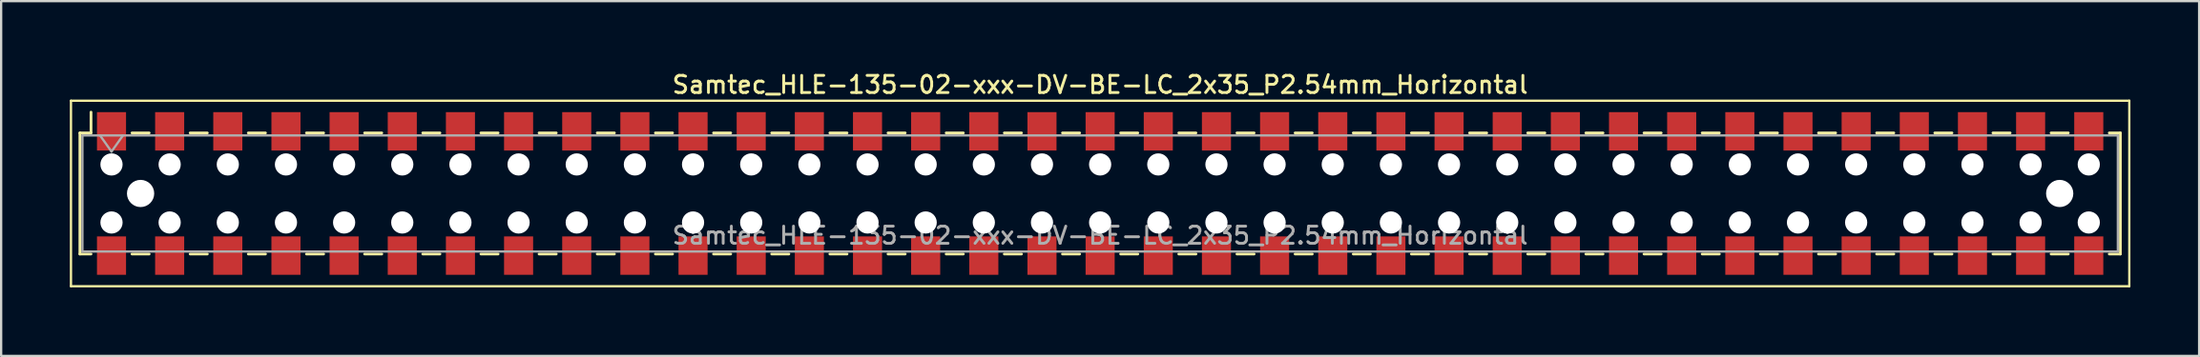
<source format=kicad_pcb>
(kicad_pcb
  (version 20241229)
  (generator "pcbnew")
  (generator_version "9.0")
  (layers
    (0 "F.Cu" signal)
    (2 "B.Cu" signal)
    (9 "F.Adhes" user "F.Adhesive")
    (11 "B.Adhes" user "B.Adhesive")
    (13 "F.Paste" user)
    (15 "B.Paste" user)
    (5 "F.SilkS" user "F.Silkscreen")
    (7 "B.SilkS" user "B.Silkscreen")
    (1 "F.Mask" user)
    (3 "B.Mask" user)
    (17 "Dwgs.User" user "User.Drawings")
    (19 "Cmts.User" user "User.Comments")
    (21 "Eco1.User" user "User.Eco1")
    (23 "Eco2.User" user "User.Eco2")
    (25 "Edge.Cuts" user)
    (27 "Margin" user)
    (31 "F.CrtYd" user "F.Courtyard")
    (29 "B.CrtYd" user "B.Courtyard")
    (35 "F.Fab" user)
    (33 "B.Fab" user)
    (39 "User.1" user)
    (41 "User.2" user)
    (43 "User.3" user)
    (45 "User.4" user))
  (footprint "Samtec_HLE-135-02-xxx-DV-BE-LC_2x35_P2.54mm_Horizontal"
    (layer "F.Cu")
    (at 45 5.418)
    (property "Reference" "Samtec_HLE-135-02-xxx-DV-BE-LC_2x35_P2.54mm_Horizontal" (at 0 -4.76 0) (layer "F.SilkS") (effects (font (size 0.75 0.75) (thickness 0.125))))
    (attr smd)
    (fp_line (start -44.95 -4.06) (end 44.95 -4.06) (stroke (width 0.1) (type solid)) (layer "F.SilkS"))
    (fp_line (start -44.95 4.06) (end -44.95 -4.06) (stroke (width 0.1) (type solid)) (layer "F.SilkS"))
    (fp_line (start -44.56 -2.65) (end -44.56 2.65) (stroke (width 0.12) (type solid)) (layer "F.SilkS"))
    (fp_line (start -44.56 2.65) (end -44.075 2.65) (stroke (width 0.12) (type solid)) (layer "F.SilkS"))
    (fp_line (start -44.075 -3.56) (end -44.075 -2.65) (stroke (width 0.12) (type solid)) (layer "F.SilkS"))
    (fp_line (start -44.075 -2.65) (end -44.56 -2.65) (stroke (width 0.12) (type solid)) (layer "F.SilkS"))
    (fp_line (start -42.285 -2.65) (end -41.535 -2.65) (stroke (width 0.12) (type solid)) (layer "F.SilkS"))
    (fp_line (start -42.285 2.65) (end -41.535 2.65) (stroke (width 0.12) (type solid)) (layer "F.SilkS"))
    (fp_line (start -39.745 -2.65) (end -38.995 -2.65) (stroke (width 0.12) (type solid)) (layer "F.SilkS"))
    (fp_line (start -39.745 2.65) (end -38.995 2.65) (stroke (width 0.12) (type solid)) (layer "F.SilkS"))
    (fp_line (start -37.205 -2.65) (end -36.455 -2.65) (stroke (width 0.12) (type solid)) (layer "F.SilkS"))
    (fp_line (start -37.205 2.65) (end -36.455 2.65) (stroke (width 0.12) (type solid)) (layer "F.SilkS"))
    (fp_line (start -34.665 -2.65) (end -33.915 -2.65) (stroke (width 0.12) (type solid)) (layer "F.SilkS"))
    (fp_line (start -34.665 2.65) (end -33.915 2.65) (stroke (width 0.12) (type solid)) (layer "F.SilkS"))
    (fp_line (start -32.125 -2.65) (end -31.375 -2.65) (stroke (width 0.12) (type solid)) (layer "F.SilkS"))
    (fp_line (start -32.125 2.65) (end -31.375 2.65) (stroke (width 0.12) (type solid)) (layer "F.SilkS"))
    (fp_line (start -29.585 -2.65) (end -28.835 -2.65) (stroke (width 0.12) (type solid)) (layer "F.SilkS"))
    (fp_line (start -29.585 2.65) (end -28.835 2.65) (stroke (width 0.12) (type solid)) (layer "F.SilkS"))
    (fp_line (start -27.045 -2.65) (end -26.295 -2.65) (stroke (width 0.12) (type solid)) (layer "F.SilkS"))
    (fp_line (start -27.045 2.65) (end -26.295 2.65) (stroke (width 0.12) (type solid)) (layer "F.SilkS"))
    (fp_line (start -24.505 -2.65) (end -23.755 -2.65) (stroke (width 0.12) (type solid)) (layer "F.SilkS"))
    (fp_line (start -24.505 2.65) (end -23.755 2.65) (stroke (width 0.12) (type solid)) (layer "F.SilkS"))
    (fp_line (start -21.965 -2.65) (end -21.215 -2.65) (stroke (width 0.12) (type solid)) (layer "F.SilkS"))
    (fp_line (start -21.965 2.65) (end -21.215 2.65) (stroke (width 0.12) (type solid)) (layer "F.SilkS"))
    (fp_line (start -19.425 -2.65) (end -18.675 -2.65) (stroke (width 0.12) (type solid)) (layer "F.SilkS"))
    (fp_line (start -19.425 2.65) (end -18.675 2.65) (stroke (width 0.12) (type solid)) (layer "F.SilkS"))
    (fp_line (start -16.885 -2.65) (end -16.135 -2.65) (stroke (width 0.12) (type solid)) (layer "F.SilkS"))
    (fp_line (start -16.885 2.65) (end -16.135 2.65) (stroke (width 0.12) (type solid)) (layer "F.SilkS"))
    (fp_line (start -14.345 -2.65) (end -13.595 -2.65) (stroke (width 0.12) (type solid)) (layer "F.SilkS"))
    (fp_line (start -14.345 2.65) (end -13.595 2.65) (stroke (width 0.12) (type solid)) (layer "F.SilkS"))
    (fp_line (start -11.805 -2.65) (end -11.055 -2.65) (stroke (width 0.12) (type solid)) (layer "F.SilkS"))
    (fp_line (start -11.805 2.65) (end -11.055 2.65) (stroke (width 0.12) (type solid)) (layer "F.SilkS"))
    (fp_line (start -9.265 -2.65) (end -8.515 -2.65) (stroke (width 0.12) (type solid)) (layer "F.SilkS"))
    (fp_line (start -9.265 2.65) (end -8.515 2.65) (stroke (width 0.12) (type solid)) (layer "F.SilkS"))
    (fp_line (start -6.725 -2.65) (end -5.975 -2.65) (stroke (width 0.12) (type solid)) (layer "F.SilkS"))
    (fp_line (start -6.725 2.65) (end -5.975 2.65) (stroke (width 0.12) (type solid)) (layer "F.SilkS"))
    (fp_line (start -4.185 -2.65) (end -3.435 -2.65) (stroke (width 0.12) (type solid)) (layer "F.SilkS"))
    (fp_line (start -4.185 2.65) (end -3.435 2.65) (stroke (width 0.12) (type solid)) (layer "F.SilkS"))
    (fp_line (start -1.645 -2.65) (end -0.895 -2.65) (stroke (width 0.12) (type solid)) (layer "F.SilkS"))
    (fp_line (start -1.645 2.65) (end -0.895 2.65) (stroke (width 0.12) (type solid)) (layer "F.SilkS"))
    (fp_line (start 0.895 -2.65) (end 1.645 -2.65) (stroke (width 0.12) (type solid)) (layer "F.SilkS"))
    (fp_line (start 0.895 2.65) (end 1.645 2.65) (stroke (width 0.12) (type solid)) (layer "F.SilkS"))
    (fp_line (start 3.435 -2.65) (end 4.185 -2.65) (stroke (width 0.12) (type solid)) (layer "F.SilkS"))
    (fp_line (start 3.435 2.65) (end 4.185 2.65) (stroke (width 0.12) (type solid)) (layer "F.SilkS"))
    (fp_line (start 5.975 -2.65) (end 6.725 -2.65) (stroke (width 0.12) (type solid)) (layer "F.SilkS"))
    (fp_line (start 5.975 2.65) (end 6.725 2.65) (stroke (width 0.12) (type solid)) (layer "F.SilkS"))
    (fp_line (start 8.515 -2.65) (end 9.265 -2.65) (stroke (width 0.12) (type solid)) (layer "F.SilkS"))
    (fp_line (start 8.515 2.65) (end 9.265 2.65) (stroke (width 0.12) (type solid)) (layer "F.SilkS"))
    (fp_line (start 11.055 -2.65) (end 11.805 -2.65) (stroke (width 0.12) (type solid)) (layer "F.SilkS"))
    (fp_line (start 11.055 2.65) (end 11.805 2.65) (stroke (width 0.12) (type solid)) (layer "F.SilkS"))
    (fp_line (start 13.595 -2.65) (end 14.345 -2.65) (stroke (width 0.12) (type solid)) (layer "F.SilkS"))
    (fp_line (start 13.595 2.65) (end 14.345 2.65) (stroke (width 0.12) (type solid)) (layer "F.SilkS"))
    (fp_line (start 16.135 -2.65) (end 16.885 -2.65) (stroke (width 0.12) (type solid)) (layer "F.SilkS"))
    (fp_line (start 16.135 2.65) (end 16.885 2.65) (stroke (width 0.12) (type solid)) (layer "F.SilkS"))
    (fp_line (start 18.675 -2.65) (end 19.425 -2.65) (stroke (width 0.12) (type solid)) (layer "F.SilkS"))
    (fp_line (start 18.675 2.65) (end 19.425 2.65) (stroke (width 0.12) (type solid)) (layer "F.SilkS"))
    (fp_line (start 21.215 -2.65) (end 21.965 -2.65) (stroke (width 0.12) (type solid)) (layer "F.SilkS"))
    (fp_line (start 21.215 2.65) (end 21.965 2.65) (stroke (width 0.12) (type solid)) (layer "F.SilkS"))
    (fp_line (start 23.755 -2.65) (end 24.505 -2.65) (stroke (width 0.12) (type solid)) (layer "F.SilkS"))
    (fp_line (start 23.755 2.65) (end 24.505 2.65) (stroke (width 0.12) (type solid)) (layer "F.SilkS"))
    (fp_line (start 26.295 -2.65) (end 27.045 -2.65) (stroke (width 0.12) (type solid)) (layer "F.SilkS"))
    (fp_line (start 26.295 2.65) (end 27.045 2.65) (stroke (width 0.12) (type solid)) (layer "F.SilkS"))
    (fp_line (start 28.835 -2.65) (end 29.585 -2.65) (stroke (width 0.12) (type solid)) (layer "F.SilkS"))
    (fp_line (start 28.835 2.65) (end 29.585 2.65) (stroke (width 0.12) (type solid)) (layer "F.SilkS"))
    (fp_line (start 31.375 -2.65) (end 32.125 -2.65) (stroke (width 0.12) (type solid)) (layer "F.SilkS"))
    (fp_line (start 31.375 2.65) (end 32.125 2.65) (stroke (width 0.12) (type solid)) (layer "F.SilkS"))
    (fp_line (start 33.915 -2.65) (end 34.665 -2.65) (stroke (width 0.12) (type solid)) (layer "F.SilkS"))
    (fp_line (start 33.915 2.65) (end 34.665 2.65) (stroke (width 0.12) (type solid)) (layer "F.SilkS"))
    (fp_line (start 36.455 -2.65) (end 37.205 -2.65) (stroke (width 0.12) (type solid)) (layer "F.SilkS"))
    (fp_line (start 36.455 2.65) (end 37.205 2.65) (stroke (width 0.12) (type solid)) (layer "F.SilkS"))
    (fp_line (start 38.995 -2.65) (end 39.745 -2.65) (stroke (width 0.12) (type solid)) (layer "F.SilkS"))
    (fp_line (start 38.995 2.65) (end 39.745 2.65) (stroke (width 0.12) (type solid)) (layer "F.SilkS"))
    (fp_line (start 41.535 -2.65) (end 42.285 -2.65) (stroke (width 0.12) (type solid)) (layer "F.SilkS"))
    (fp_line (start 41.535 2.65) (end 42.285 2.65) (stroke (width 0.12) (type solid)) (layer "F.SilkS"))
    (fp_line (start 44.075 -2.65) (end 44.56 -2.65) (stroke (width 0.12) (type solid)) (layer "F.SilkS"))
    (fp_line (start 44.56 -2.65) (end 44.56 2.65) (stroke (width 0.12) (type solid)) (layer "F.SilkS"))
    (fp_line (start 44.56 2.65) (end 44.075 2.65) (stroke (width 0.12) (type solid)) (layer "F.SilkS"))
    (fp_line (start 44.95 -4.06) (end 44.95 4.06) (stroke (width 0.1) (type solid)) (layer "F.SilkS"))
    (fp_line (start 44.95 4.06) (end -44.95 4.06) (stroke (width 0.1) (type solid)) (layer "F.SilkS"))
    (fp_line (start -44.45 -2.54) (end 44.45 -2.54) (stroke (width 0.1) (type solid)) (layer "F.Fab"))
    (fp_line (start -44.45 2.54) (end -44.45 -2.54) (stroke (width 0.1) (type solid)) (layer "F.Fab"))
    (fp_line (start -43.68 -2.54) (end -43.18 -1.833) (stroke (width 0.1) (type solid)) (layer "F.Fab"))
    (fp_line (start -43.18 -1.833) (end -42.68 -2.54) (stroke (width 0.1) (type solid)) (layer "F.Fab"))
    (fp_line (start 44.45 -2.54) (end 44.45 2.54) (stroke (width 0.1) (type solid)) (layer "F.Fab"))
    (fp_line (start 44.45 2.54) (end -44.45 2.54) (stroke (width 0.1) (type solid)) (layer "F.Fab"))
    (fp_text user "${REFERENCE}" (at 0 1.84 0) (layer "F.Fab") (effects (font (size 0.75 0.75) (thickness 0.125))))
    (pad "" np_thru_hole circle (at -43.18 -1.27) (size 0.97 0.97) (drill 0.97) (layers "*.Cu" "*.Mask"))
    (pad "" np_thru_hole circle (at -43.18 1.27) (size 0.97 0.97) (drill 0.97) (layers "*.Cu" "*.Mask"))
    (pad "" np_thru_hole circle (at -41.91 0) (size 1.19 1.19) (drill 1.19) (layers "*.Cu" "*.Mask"))
    (pad "" np_thru_hole circle (at -40.64 -1.27) (size 0.97 0.97) (drill 0.97) (layers "*.Cu" "*.Mask"))
    (pad "" np_thru_hole circle (at -40.64 1.27) (size 0.97 0.97) (drill 0.97) (layers "*.Cu" "*.Mask"))
    (pad "" np_thru_hole circle (at -38.1 -1.27) (size 0.97 0.97) (drill 0.97) (layers "*.Cu" "*.Mask"))
    (pad "" np_thru_hole circle (at -38.1 1.27) (size 0.97 0.97) (drill 0.97) (layers "*.Cu" "*.Mask"))
    (pad "" np_thru_hole circle (at -35.56 -1.27) (size 0.97 0.97) (drill 0.97) (layers "*.Cu" "*.Mask"))
    (pad "" np_thru_hole circle (at -35.56 1.27) (size 0.97 0.97) (drill 0.97) (layers "*.Cu" "*.Mask"))
    (pad "" np_thru_hole circle (at -33.02 -1.27) (size 0.97 0.97) (drill 0.97) (layers "*.Cu" "*.Mask"))
    (pad "" np_thru_hole circle (at -33.02 1.27) (size 0.97 0.97) (drill 0.97) (layers "*.Cu" "*.Mask"))
    (pad "" np_thru_hole circle (at -30.48 -1.27) (size 0.97 0.97) (drill 0.97) (layers "*.Cu" "*.Mask"))
    (pad "" np_thru_hole circle (at -30.48 1.27) (size 0.97 0.97) (drill 0.97) (layers "*.Cu" "*.Mask"))
    (pad "" np_thru_hole circle (at -27.94 -1.27) (size 0.97 0.97) (drill 0.97) (layers "*.Cu" "*.Mask"))
    (pad "" np_thru_hole circle (at -27.94 1.27) (size 0.97 0.97) (drill 0.97) (layers "*.Cu" "*.Mask"))
    (pad "" np_thru_hole circle (at -25.4 -1.27) (size 0.97 0.97) (drill 0.97) (layers "*.Cu" "*.Mask"))
    (pad "" np_thru_hole circle (at -25.4 1.27) (size 0.97 0.97) (drill 0.97) (layers "*.Cu" "*.Mask"))
    (pad "" np_thru_hole circle (at -22.86 -1.27) (size 0.97 0.97) (drill 0.97) (layers "*.Cu" "*.Mask"))
    (pad "" np_thru_hole circle (at -22.86 1.27) (size 0.97 0.97) (drill 0.97) (layers "*.Cu" "*.Mask"))
    (pad "" np_thru_hole circle (at -20.32 -1.27) (size 0.97 0.97) (drill 0.97) (layers "*.Cu" "*.Mask"))
    (pad "" np_thru_hole circle (at -20.32 1.27) (size 0.97 0.97) (drill 0.97) (layers "*.Cu" "*.Mask"))
    (pad "" np_thru_hole circle (at -17.78 -1.27) (size 0.97 0.97) (drill 0.97) (layers "*.Cu" "*.Mask"))
    (pad "" np_thru_hole circle (at -17.78 1.27) (size 0.97 0.97) (drill 0.97) (layers "*.Cu" "*.Mask"))
    (pad "" np_thru_hole circle (at -15.24 -1.27) (size 0.97 0.97) (drill 0.97) (layers "*.Cu" "*.Mask"))
    (pad "" np_thru_hole circle (at -15.24 1.27) (size 0.97 0.97) (drill 0.97) (layers "*.Cu" "*.Mask"))
    (pad "" np_thru_hole circle (at -12.7 -1.27) (size 0.97 0.97) (drill 0.97) (layers "*.Cu" "*.Mask"))
    (pad "" np_thru_hole circle (at -12.7 1.27) (size 0.97 0.97) (drill 0.97) (layers "*.Cu" "*.Mask"))
    (pad "" np_thru_hole circle (at -10.16 -1.27) (size 0.97 0.97) (drill 0.97) (layers "*.Cu" "*.Mask"))
    (pad "" np_thru_hole circle (at -10.16 1.27) (size 0.97 0.97) (drill 0.97) (layers "*.Cu" "*.Mask"))
    (pad "" np_thru_hole circle (at -7.62 -1.27) (size 0.97 0.97) (drill 0.97) (layers "*.Cu" "*.Mask"))
    (pad "" np_thru_hole circle (at -7.62 1.27) (size 0.97 0.97) (drill 0.97) (layers "*.Cu" "*.Mask"))
    (pad "" np_thru_hole circle (at -5.08 -1.27) (size 0.97 0.97) (drill 0.97) (layers "*.Cu" "*.Mask"))
    (pad "" np_thru_hole circle (at -5.08 1.27) (size 0.97 0.97) (drill 0.97) (layers "*.Cu" "*.Mask"))
    (pad "" np_thru_hole circle (at -2.54 -1.27) (size 0.97 0.97) (drill 0.97) (layers "*.Cu" "*.Mask"))
    (pad "" np_thru_hole circle (at -2.54 1.27) (size 0.97 0.97) (drill 0.97) (layers "*.Cu" "*.Mask"))
    (pad "" np_thru_hole circle (at 0 -1.27) (size 0.97 0.97) (drill 0.97) (layers "*.Cu" "*.Mask"))
    (pad "" np_thru_hole circle (at 0 1.27) (size 0.97 0.97) (drill 0.97) (layers "*.Cu" "*.Mask"))
    (pad "" np_thru_hole circle (at 2.54 -1.27) (size 0.97 0.97) (drill 0.97) (layers "*.Cu" "*.Mask"))
    (pad "" np_thru_hole circle (at 2.54 1.27) (size 0.97 0.97) (drill 0.97) (layers "*.Cu" "*.Mask"))
    (pad "" np_thru_hole circle (at 5.08 -1.27) (size 0.97 0.97) (drill 0.97) (layers "*.Cu" "*.Mask"))
    (pad "" np_thru_hole circle (at 5.08 1.27) (size 0.97 0.97) (drill 0.97) (layers "*.Cu" "*.Mask"))
    (pad "" np_thru_hole circle (at 7.62 -1.27) (size 0.97 0.97) (drill 0.97) (layers "*.Cu" "*.Mask"))
    (pad "" np_thru_hole circle (at 7.62 1.27) (size 0.97 0.97) (drill 0.97) (layers "*.Cu" "*.Mask"))
    (pad "" np_thru_hole circle (at 10.16 -1.27) (size 0.97 0.97) (drill 0.97) (layers "*.Cu" "*.Mask"))
    (pad "" np_thru_hole circle (at 10.16 1.27) (size 0.97 0.97) (drill 0.97) (layers "*.Cu" "*.Mask"))
    (pad "" np_thru_hole circle (at 12.7 -1.27) (size 0.97 0.97) (drill 0.97) (layers "*.Cu" "*.Mask"))
    (pad "" np_thru_hole circle (at 12.7 1.27) (size 0.97 0.97) (drill 0.97) (layers "*.Cu" "*.Mask"))
    (pad "" np_thru_hole circle (at 15.24 -1.27) (size 0.97 0.97) (drill 0.97) (layers "*.Cu" "*.Mask"))
    (pad "" np_thru_hole circle (at 15.24 1.27) (size 0.97 0.97) (drill 0.97) (layers "*.Cu" "*.Mask"))
    (pad "" np_thru_hole circle (at 17.78 -1.27) (size 0.97 0.97) (drill 0.97) (layers "*.Cu" "*.Mask"))
    (pad "" np_thru_hole circle (at 17.78 1.27) (size 0.97 0.97) (drill 0.97) (layers "*.Cu" "*.Mask"))
    (pad "" np_thru_hole circle (at 20.32 -1.27) (size 0.97 0.97) (drill 0.97) (layers "*.Cu" "*.Mask"))
    (pad "" np_thru_hole circle (at 20.32 1.27) (size 0.97 0.97) (drill 0.97) (layers "*.Cu" "*.Mask"))
    (pad "" np_thru_hole circle (at 22.86 -1.27) (size 0.97 0.97) (drill 0.97) (layers "*.Cu" "*.Mask"))
    (pad "" np_thru_hole circle (at 22.86 1.27) (size 0.97 0.97) (drill 0.97) (layers "*.Cu" "*.Mask"))
    (pad "" np_thru_hole circle (at 25.4 -1.27) (size 0.97 0.97) (drill 0.97) (layers "*.Cu" "*.Mask"))
    (pad "" np_thru_hole circle (at 25.4 1.27) (size 0.97 0.97) (drill 0.97) (layers "*.Cu" "*.Mask"))
    (pad "" np_thru_hole circle (at 27.94 -1.27) (size 0.97 0.97) (drill 0.97) (layers "*.Cu" "*.Mask"))
    (pad "" np_thru_hole circle (at 27.94 1.27) (size 0.97 0.97) (drill 0.97) (layers "*.Cu" "*.Mask"))
    (pad "" np_thru_hole circle (at 30.48 -1.27) (size 0.97 0.97) (drill 0.97) (layers "*.Cu" "*.Mask"))
    (pad "" np_thru_hole circle (at 30.48 1.27) (size 0.97 0.97) (drill 0.97) (layers "*.Cu" "*.Mask"))
    (pad "" np_thru_hole circle (at 33.02 -1.27) (size 0.97 0.97) (drill 0.97) (layers "*.Cu" "*.Mask"))
    (pad "" np_thru_hole circle (at 33.02 1.27) (size 0.97 0.97) (drill 0.97) (layers "*.Cu" "*.Mask"))
    (pad "" np_thru_hole circle (at 35.56 -1.27) (size 0.97 0.97) (drill 0.97) (layers "*.Cu" "*.Mask"))
    (pad "" np_thru_hole circle (at 35.56 1.27) (size 0.97 0.97) (drill 0.97) (layers "*.Cu" "*.Mask"))
    (pad "" np_thru_hole circle (at 38.1 -1.27) (size 0.97 0.97) (drill 0.97) (layers "*.Cu" "*.Mask"))
    (pad "" np_thru_hole circle (at 38.1 1.27) (size 0.97 0.97) (drill 0.97) (layers "*.Cu" "*.Mask"))
    (pad "" np_thru_hole circle (at 40.64 -1.27) (size 0.97 0.97) (drill 0.97) (layers "*.Cu" "*.Mask"))
    (pad "" np_thru_hole circle (at 40.64 1.27) (size 0.97 0.97) (drill 0.97) (layers "*.Cu" "*.Mask"))
    (pad "" np_thru_hole circle (at 41.91 0) (size 1.19 1.19) (drill 1.19) (layers "*.Cu" "*.Mask"))
    (pad "" np_thru_hole circle (at 43.18 -1.27) (size 0.97 0.97) (drill 0.97) (layers "*.Cu" "*.Mask"))
    (pad "" np_thru_hole circle (at 43.18 1.27) (size 0.97 0.97) (drill 0.97) (layers "*.Cu" "*.Mask"))
    (pad "1" smd rect (at -43.18 -2.72) (size 1.27 1.68) (layers "F.Cu" "F.Mask" "F.Paste"))
    (pad "2" smd rect (at -43.18 2.72) (size 1.27 1.68) (layers "F.Cu" "F.Mask" "F.Paste"))
    (pad "3" smd rect (at -40.64 -2.72) (size 1.27 1.68) (layers "F.Cu" "F.Mask" "F.Paste"))
    (pad "4" smd rect (at -40.64 2.72) (size 1.27 1.68) (layers "F.Cu" "F.Mask" "F.Paste"))
    (pad "5" smd rect (at -38.1 -2.72) (size 1.27 1.68) (layers "F.Cu" "F.Mask" "F.Paste"))
    (pad "6" smd rect (at -38.1 2.72) (size 1.27 1.68) (layers "F.Cu" "F.Mask" "F.Paste"))
    (pad "7" smd rect (at -35.56 -2.72) (size 1.27 1.68) (layers "F.Cu" "F.Mask" "F.Paste"))
    (pad "8" smd rect (at -35.56 2.72) (size 1.27 1.68) (layers "F.Cu" "F.Mask" "F.Paste"))
    (pad "9" smd rect (at -33.02 -2.72) (size 1.27 1.68) (layers "F.Cu" "F.Mask" "F.Paste"))
    (pad "10" smd rect (at -33.02 2.72) (size 1.27 1.68) (layers "F.Cu" "F.Mask" "F.Paste"))
    (pad "11" smd rect (at -30.48 -2.72) (size 1.27 1.68) (layers "F.Cu" "F.Mask" "F.Paste"))
    (pad "12" smd rect (at -30.48 2.72) (size 1.27 1.68) (layers "F.Cu" "F.Mask" "F.Paste"))
    (pad "13" smd rect (at -27.94 -2.72) (size 1.27 1.68) (layers "F.Cu" "F.Mask" "F.Paste"))
    (pad "14" smd rect (at -27.94 2.72) (size 1.27 1.68) (layers "F.Cu" "F.Mask" "F.Paste"))
    (pad "15" smd rect (at -25.4 -2.72) (size 1.27 1.68) (layers "F.Cu" "F.Mask" "F.Paste"))
    (pad "16" smd rect (at -25.4 2.72) (size 1.27 1.68) (layers "F.Cu" "F.Mask" "F.Paste"))
    (pad "17" smd rect (at -22.86 -2.72) (size 1.27 1.68) (layers "F.Cu" "F.Mask" "F.Paste"))
    (pad "18" smd rect (at -22.86 2.72) (size 1.27 1.68) (layers "F.Cu" "F.Mask" "F.Paste"))
    (pad "19" smd rect (at -20.32 -2.72) (size 1.27 1.68) (layers "F.Cu" "F.Mask" "F.Paste"))
    (pad "20" smd rect (at -20.32 2.72) (size 1.27 1.68) (layers "F.Cu" "F.Mask" "F.Paste"))
    (pad "21" smd rect (at -17.78 -2.72) (size 1.27 1.68) (layers "F.Cu" "F.Mask" "F.Paste"))
    (pad "22" smd rect (at -17.78 2.72) (size 1.27 1.68) (layers "F.Cu" "F.Mask" "F.Paste"))
    (pad "23" smd rect (at -15.24 -2.72) (size 1.27 1.68) (layers "F.Cu" "F.Mask" "F.Paste"))
    (pad "24" smd rect (at -15.24 2.72) (size 1.27 1.68) (layers "F.Cu" "F.Mask" "F.Paste"))
    (pad "25" smd rect (at -12.7 -2.72) (size 1.27 1.68) (layers "F.Cu" "F.Mask" "F.Paste"))
    (pad "26" smd rect (at -12.7 2.72) (size 1.27 1.68) (layers "F.Cu" "F.Mask" "F.Paste"))
    (pad "27" smd rect (at -10.16 -2.72) (size 1.27 1.68) (layers "F.Cu" "F.Mask" "F.Paste"))
    (pad "28" smd rect (at -10.16 2.72) (size 1.27 1.68) (layers "F.Cu" "F.Mask" "F.Paste"))
    (pad "29" smd rect (at -7.62 -2.72) (size 1.27 1.68) (layers "F.Cu" "F.Mask" "F.Paste"))
    (pad "30" smd rect (at -7.62 2.72) (size 1.27 1.68) (layers "F.Cu" "F.Mask" "F.Paste"))
    (pad "31" smd rect (at -5.08 -2.72) (size 1.27 1.68) (layers "F.Cu" "F.Mask" "F.Paste"))
    (pad "32" smd rect (at -5.08 2.72) (size 1.27 1.68) (layers "F.Cu" "F.Mask" "F.Paste"))
    (pad "33" smd rect (at -2.54 -2.72) (size 1.27 1.68) (layers "F.Cu" "F.Mask" "F.Paste"))
    (pad "34" smd rect (at -2.54 2.72) (size 1.27 1.68) (layers "F.Cu" "F.Mask" "F.Paste"))
    (pad "35" smd rect (at 0 -2.72) (size 1.27 1.68) (layers "F.Cu" "F.Mask" "F.Paste"))
    (pad "36" smd rect (at 0 2.72) (size 1.27 1.68) (layers "F.Cu" "F.Mask" "F.Paste"))
    (pad "37" smd rect (at 2.54 -2.72) (size 1.27 1.68) (layers "F.Cu" "F.Mask" "F.Paste"))
    (pad "38" smd rect (at 2.54 2.72) (size 1.27 1.68) (layers "F.Cu" "F.Mask" "F.Paste"))
    (pad "39" smd rect (at 5.08 -2.72) (size 1.27 1.68) (layers "F.Cu" "F.Mask" "F.Paste"))
    (pad "40" smd rect (at 5.08 2.72) (size 1.27 1.68) (layers "F.Cu" "F.Mask" "F.Paste"))
    (pad "41" smd rect (at 7.62 -2.72) (size 1.27 1.68) (layers "F.Cu" "F.Mask" "F.Paste"))
    (pad "42" smd rect (at 7.62 2.72) (size 1.27 1.68) (layers "F.Cu" "F.Mask" "F.Paste"))
    (pad "43" smd rect (at 10.16 -2.72) (size 1.27 1.68) (layers "F.Cu" "F.Mask" "F.Paste"))
    (pad "44" smd rect (at 10.16 2.72) (size 1.27 1.68) (layers "F.Cu" "F.Mask" "F.Paste"))
    (pad "45" smd rect (at 12.7 -2.72) (size 1.27 1.68) (layers "F.Cu" "F.Mask" "F.Paste"))
    (pad "46" smd rect (at 12.7 2.72) (size 1.27 1.68) (layers "F.Cu" "F.Mask" "F.Paste"))
    (pad "47" smd rect (at 15.24 -2.72) (size 1.27 1.68) (layers "F.Cu" "F.Mask" "F.Paste"))
    (pad "48" smd rect (at 15.24 2.72) (size 1.27 1.68) (layers "F.Cu" "F.Mask" "F.Paste"))
    (pad "49" smd rect (at 17.78 -2.72) (size 1.27 1.68) (layers "F.Cu" "F.Mask" "F.Paste"))
    (pad "50" smd rect (at 17.78 2.72) (size 1.27 1.68) (layers "F.Cu" "F.Mask" "F.Paste"))
    (pad "51" smd rect (at 20.32 -2.72) (size 1.27 1.68) (layers "F.Cu" "F.Mask" "F.Paste"))
    (pad "52" smd rect (at 20.32 2.72) (size 1.27 1.68) (layers "F.Cu" "F.Mask" "F.Paste"))
    (pad "53" smd rect (at 22.86 -2.72) (size 1.27 1.68) (layers "F.Cu" "F.Mask" "F.Paste"))
    (pad "54" smd rect (at 22.86 2.72) (size 1.27 1.68) (layers "F.Cu" "F.Mask" "F.Paste"))
    (pad "55" smd rect (at 25.4 -2.72) (size 1.27 1.68) (layers "F.Cu" "F.Mask" "F.Paste"))
    (pad "56" smd rect (at 25.4 2.72) (size 1.27 1.68) (layers "F.Cu" "F.Mask" "F.Paste"))
    (pad "57" smd rect (at 27.94 -2.72) (size 1.27 1.68) (layers "F.Cu" "F.Mask" "F.Paste"))
    (pad "58" smd rect (at 27.94 2.72) (size 1.27 1.68) (layers "F.Cu" "F.Mask" "F.Paste"))
    (pad "59" smd rect (at 30.48 -2.72) (size 1.27 1.68) (layers "F.Cu" "F.Mask" "F.Paste"))
    (pad "60" smd rect (at 30.48 2.72) (size 1.27 1.68) (layers "F.Cu" "F.Mask" "F.Paste"))
    (pad "61" smd rect (at 33.02 -2.72) (size 1.27 1.68) (layers "F.Cu" "F.Mask" "F.Paste"))
    (pad "62" smd rect (at 33.02 2.72) (size 1.27 1.68) (layers "F.Cu" "F.Mask" "F.Paste"))
    (pad "63" smd rect (at 35.56 -2.72) (size 1.27 1.68) (layers "F.Cu" "F.Mask" "F.Paste"))
    (pad "64" smd rect (at 35.56 2.72) (size 1.27 1.68) (layers "F.Cu" "F.Mask" "F.Paste"))
    (pad "65" smd rect (at 38.1 -2.72) (size 1.27 1.68) (layers "F.Cu" "F.Mask" "F.Paste"))
    (pad "66" smd rect (at 38.1 2.72) (size 1.27 1.68) (layers "F.Cu" "F.Mask" "F.Paste"))
    (pad "67" smd rect (at 40.64 -2.72) (size 1.27 1.68) (layers "F.Cu" "F.Mask" "F.Paste"))
    (pad "68" smd rect (at 40.64 2.72) (size 1.27 1.68) (layers "F.Cu" "F.Mask" "F.Paste"))
    (pad "69" smd rect (at 43.18 -2.72) (size 1.27 1.68) (layers "F.Cu" "F.Mask" "F.Paste"))
    (pad "70" smd rect (at 43.18 2.72) (size 1.27 1.68) (layers "F.Cu" "F.Mask" "F.Paste")))
  (gr_rect
    (start -3 -3)
    (end 93 12.528)
    (stroke (width 0.1) (type default))
    (fill no)
    (layer "Edge.Cuts")))
</source>
